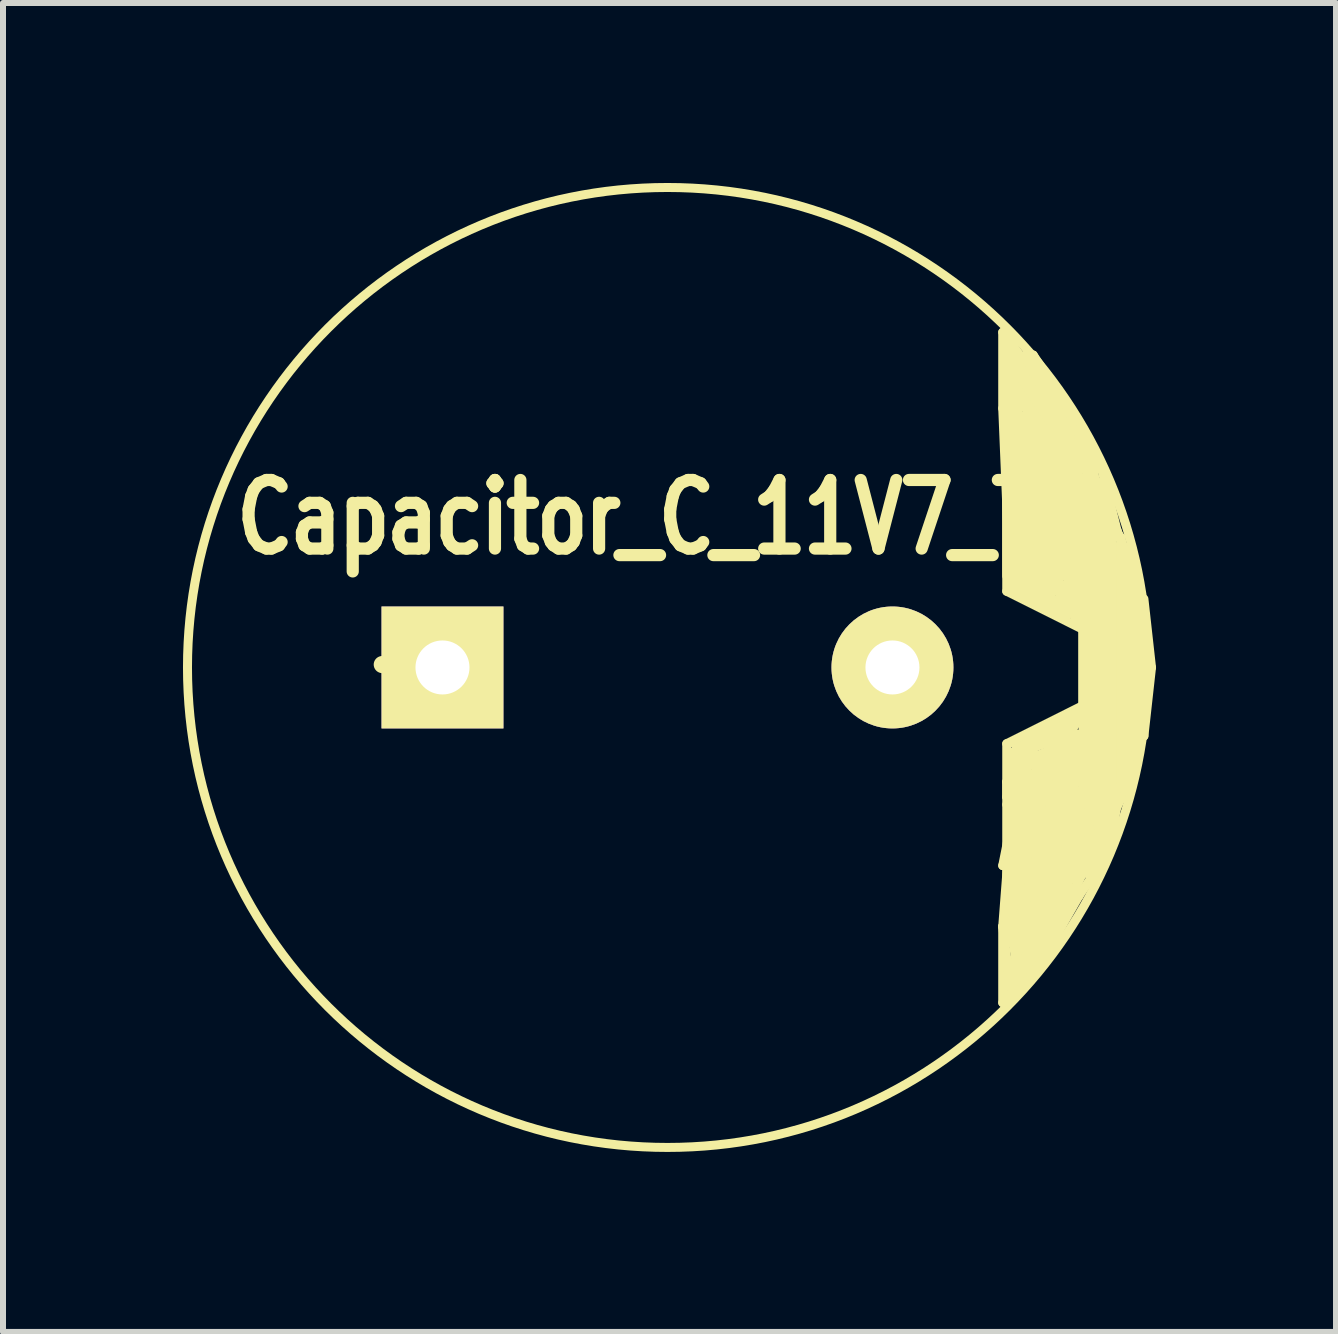
<source format=kicad_pcb>
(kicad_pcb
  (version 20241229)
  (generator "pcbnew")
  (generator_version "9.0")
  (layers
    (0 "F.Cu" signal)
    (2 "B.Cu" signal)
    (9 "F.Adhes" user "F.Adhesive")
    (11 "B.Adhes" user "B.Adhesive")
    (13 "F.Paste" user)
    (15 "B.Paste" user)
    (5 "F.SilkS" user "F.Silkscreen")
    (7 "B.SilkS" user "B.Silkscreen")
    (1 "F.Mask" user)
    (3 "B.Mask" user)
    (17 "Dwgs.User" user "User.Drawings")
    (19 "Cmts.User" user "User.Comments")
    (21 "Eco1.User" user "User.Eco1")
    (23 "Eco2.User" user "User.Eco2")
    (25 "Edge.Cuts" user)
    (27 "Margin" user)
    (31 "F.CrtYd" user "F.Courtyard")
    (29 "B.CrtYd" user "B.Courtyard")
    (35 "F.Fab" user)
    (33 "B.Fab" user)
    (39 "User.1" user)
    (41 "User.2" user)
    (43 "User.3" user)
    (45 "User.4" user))
  (footprint "Capacitor_C_11V7_TH"
    (layer "F.Cu")
    (at 8.075 8.075)
    (property "Reference" "Capacitor_C_11V7_TH" (at -0.06 -2.5 0) (layer "F.SilkS") (effects (font (size 1.143 0.889) (thickness 0.203))))
    (attr through_hole)
    (fp_line (start 5.588 -5.588) (end 6.35 -4.572) (stroke (width 0.15) (type solid)) (layer "F.SilkS"))
    (fp_line (start 5.588 -4.318) (end 5.588 -5.588) (stroke (width 0.15) (type solid)) (layer "F.SilkS"))
    (fp_line (start 5.588 3.302) (end 5.715 2.667) (stroke (width 0.15) (type solid)) (layer "F.SilkS"))
    (fp_line (start 5.588 4.318) (end 5.588 5.588) (stroke (width 0.15) (type solid)) (layer "F.SilkS"))
    (fp_line (start 5.588 4.318) (end 5.715 5.334) (stroke (width 0.15) (type solid)) (layer "F.SilkS"))
    (fp_line (start 5.588 5.588) (end 6.35 4.699) (stroke (width 0.15) (type solid)) (layer "F.SilkS"))
    (fp_line (start 5.655 -4.318) (end 5.655 -1.27) (stroke (width 0.15) (type solid)) (layer "F.SilkS"))
    (fp_line (start 5.655 -1.524) (end 5.655 -4.318) (stroke (width 0.15) (type solid)) (layer "F.SilkS"))
    (fp_line (start 5.655 -1.27) (end 6.925 -0.635) (stroke (width 0.15) (type solid)) (layer "F.SilkS"))
    (fp_line (start 5.655 1.27) (end 5.655 4.318) (stroke (width 0.15) (type solid)) (layer "F.SilkS"))
    (fp_line (start 5.655 1.905) (end 6.925 1.905) (stroke (width 0.15) (type solid)) (layer "F.SilkS"))
    (fp_line (start 5.655 2.159) (end 5.655 1.905) (stroke (width 0.15) (type solid)) (layer "F.SilkS"))
    (fp_line (start 5.655 2.286) (end 6.925 2.286) (stroke (width 0.15) (type solid)) (layer "F.SilkS"))
    (fp_line (start 5.715 -5.588) (end 5.715 -1.27) (stroke (width 0.15) (type solid)) (layer "F.SilkS"))
    (fp_line (start 5.715 -4.826) (end 6.096 -4.064) (stroke (width 0.15) (type solid)) (layer "F.SilkS"))
    (fp_line (start 5.715 -4.318) (end 6.604 -3.683) (stroke (width 0.15) (type solid)) (layer "F.SilkS"))
    (fp_line (start 5.715 -1.27) (end 5.588 -4.318) (stroke (width 0.15) (type solid)) (layer "F.SilkS"))
    (fp_line (start 5.715 2.667) (end 5.588 4.318) (stroke (width 0.15) (type solid)) (layer "F.SilkS"))
    (fp_line (start 5.715 4.318) (end 5.842 5.08) (stroke (width 0.15) (type solid)) (layer "F.SilkS"))
    (fp_line (start 5.715 4.445) (end 5.969 4.191) (stroke (width 0.15) (type solid)) (layer "F.SilkS"))
    (fp_line (start 5.715 4.572) (end 5.969 4.826) (stroke (width 0.15) (type solid)) (layer "F.SilkS"))
    (fp_line (start 5.715 5.207) (end 5.969 4.699) (stroke (width 0.15) (type solid)) (layer "F.SilkS"))
    (fp_line (start 5.715 5.334) (end 6.477 4.318) (stroke (width 0.15) (type solid)) (layer "F.SilkS"))
    (fp_line (start 5.749 -2.54) (end 5.749 -4.064) (stroke (width 0.3) (type solid)) (layer "F.SilkS"))
    (fp_line (start 5.749 -2.54) (end 6.765 -2.54) (stroke (width 0.3) (type solid)) (layer "F.SilkS"))
    (fp_line (start 5.749 2.54) (end 7.019 2.54) (stroke (width 0.3) (type solid)) (layer "F.SilkS"))
    (fp_line (start 5.749 3.937) (end 6.638 3.429) (stroke (width 0.3) (type solid)) (layer "F.SilkS"))
    (fp_line (start 5.749 4.064) (end 5.749 2.54) (stroke (width 0.3) (type solid)) (layer "F.SilkS"))
    (fp_line (start 5.782 -2.413) (end 7.052 -2.413) (stroke (width 0.15) (type solid)) (layer "F.SilkS"))
    (fp_line (start 5.782 -2.286) (end 7.433 -2.286) (stroke (width 0.15) (type solid)) (layer "F.SilkS"))
    (fp_line (start 5.782 -2.159) (end 5.782 -1.905) (stroke (width 0.15) (type solid)) (layer "F.SilkS"))
    (fp_line (start 5.782 -2.032) (end 7.433 -2.032) (stroke (width 0.15) (type solid)) (layer "F.SilkS"))
    (fp_line (start 5.782 -1.905) (end 5.782 -2.032) (stroke (width 0.15) (type solid)) (layer "F.SilkS"))
    (fp_line (start 5.782 -1.905) (end 5.909 -1.778) (stroke (width 0.15) (type solid)) (layer "F.SilkS"))
    (fp_line (start 5.782 -1.778) (end 5.782 -2.286) (stroke (width 0.15) (type solid)) (layer "F.SilkS"))
    (fp_line (start 5.782 -1.651) (end 5.782 -1.524) (stroke (width 0.15) (type solid)) (layer "F.SilkS"))
    (fp_line (start 5.782 -1.524) (end 5.909 -1.778) (stroke (width 0.15) (type solid)) (layer "F.SilkS"))
    (fp_line (start 5.782 -1.524) (end 7.687 -1.524) (stroke (width 0.15) (type solid)) (layer "F.SilkS"))
    (fp_line (start 5.782 -1.397) (end 5.782 -1.524) (stroke (width 0.15) (type solid)) (layer "F.SilkS"))
    (fp_line (start 5.782 -1.397) (end 5.909 -1.651) (stroke (width 0.15) (type solid)) (layer "F.SilkS"))
    (fp_line (start 5.782 -1.397) (end 5.909 -1.524) (stroke (width 0.15) (type solid)) (layer "F.SilkS"))
    (fp_line (start 5.782 -1.27) (end 6.29 -2.921) (stroke (width 0.15) (type solid)) (layer "F.SilkS"))
    (fp_line (start 5.782 1.27) (end 6.798 0.762) (stroke (width 0.15) (type solid)) (layer "F.SilkS"))
    (fp_line (start 5.782 1.397) (end 5.909 1.27) (stroke (width 0.15) (type solid)) (layer "F.SilkS"))
    (fp_line (start 5.782 1.778) (end 5.909 1.397) (stroke (width 0.15) (type solid)) (layer "F.SilkS"))
    (fp_line (start 5.782 1.778) (end 7.052 1.778) (stroke (width 0.15) (type solid)) (layer "F.SilkS"))
    (fp_line (start 5.782 2.032) (end 6.798 2.032) (stroke (width 0.15) (type solid)) (layer "F.SilkS"))
    (fp_line (start 5.782 2.413) (end 5.782 1.397) (stroke (width 0.15) (type solid)) (layer "F.SilkS"))
    (fp_line (start 5.842 -5.207) (end 5.842 -3.937) (stroke (width 0.15) (type solid)) (layer "F.SilkS"))
    (fp_line (start 5.842 -5.08) (end 6.477 -3.683) (stroke (width 0.15) (type solid)) (layer "F.SilkS"))
    (fp_line (start 5.842 -3.937) (end 7.493 -0.254) (stroke (width 0.15) (type solid)) (layer "F.SilkS"))
    (fp_line (start 5.842 4.572) (end 6.096 4.572) (stroke (width 0.15) (type solid)) (layer "F.SilkS"))
    (fp_line (start 5.842 4.699) (end 5.715 5.207) (stroke (width 0.15) (type solid)) (layer "F.SilkS"))
    (fp_line (start 5.842 5.08) (end 6.731 3.683) (stroke (width 0.15) (type solid)) (layer "F.SilkS"))
    (fp_line (start 5.909 -1.778) (end 6.036 -1.397) (stroke (width 0.15) (type solid)) (layer "F.SilkS"))
    (fp_line (start 5.909 -1.778) (end 7.687 -1.778) (stroke (width 0.15) (type solid)) (layer "F.SilkS"))
    (fp_line (start 5.909 -1.651) (end 5.909 -1.397) (stroke (width 0.15) (type solid)) (layer "F.SilkS"))
    (fp_line (start 5.909 -1.524) (end 6.29 -1.524) (stroke (width 0.15) (type solid)) (layer "F.SilkS"))
    (fp_line (start 5.909 -1.397) (end 5.909 -1.27) (stroke (width 0.15) (type solid)) (layer "F.SilkS"))
    (fp_line (start 5.909 -1.397) (end 6.163 -1.27) (stroke (width 0.15) (type solid)) (layer "F.SilkS"))
    (fp_line (start 5.909 -1.27) (end 5.782 -1.397) (stroke (width 0.15) (type solid)) (layer "F.SilkS"))
    (fp_line (start 5.909 1.27) (end 6.163 1.143) (stroke (width 0.15) (type solid)) (layer "F.SilkS"))
    (fp_line (start 5.909 1.397) (end 6.29 1.27) (stroke (width 0.15) (type solid)) (layer "F.SilkS"))
    (fp_line (start 5.909 1.905) (end 6.925 1.143) (stroke (width 0.15) (type solid)) (layer "F.SilkS"))
    (fp_line (start 5.909 4.064) (end 7.687 1.524) (stroke (width 0.15) (type solid)) (layer "F.SilkS"))
    (fp_line (start 5.969 -5.207) (end 6.731 -3.302) (stroke (width 0.15) (type solid)) (layer "F.SilkS"))
    (fp_line (start 5.969 4.191) (end 5.715 4.318) (stroke (width 0.15) (type solid)) (layer "F.SilkS"))
    (fp_line (start 5.969 4.699) (end 6.604 3.048) (stroke (width 0.15) (type solid)) (layer "F.SilkS"))
    (fp_line (start 5.969 4.826) (end 6.35 4.064) (stroke (width 0.15) (type solid)) (layer "F.SilkS"))
    (fp_line (start 6.003 -2.54) (end 6.003 -3.937) (stroke (width 0.3) (type solid)) (layer "F.SilkS"))
    (fp_line (start 6.003 2.54) (end 6.003 3.81) (stroke (width 0.3) (type solid)) (layer "F.SilkS"))
    (fp_line (start 6.036 -1.524) (end 6.29 -1.143) (stroke (width 0.15) (type solid)) (layer "F.SilkS"))
    (fp_line (start 6.036 -1.397) (end 5.782 -1.27) (stroke (width 0.15) (type solid)) (layer "F.SilkS"))
    (fp_line (start 6.036 1.524) (end 5.909 1.905) (stroke (width 0.15) (type solid)) (layer "F.SilkS"))
    (fp_line (start 6.096 -5.207) (end 6.985 -3.302) (stroke (width 0.15) (type solid)) (layer "F.SilkS"))
    (fp_line (start 6.096 -4.064) (end 5.842 -5.207) (stroke (width 0.15) (type solid)) (layer "F.SilkS"))
    (fp_line (start 6.096 3.048) (end 5.588 3.302) (stroke (width 0.15) (type solid)) (layer "F.SilkS"))
    (fp_line (start 6.096 4.572) (end 5.842 4.699) (stroke (width 0.15) (type solid)) (layer "F.SilkS"))
    (fp_line (start 6.163 -1.651) (end 6.417 -1.27) (stroke (width 0.15) (type solid)) (layer "F.SilkS"))
    (fp_line (start 6.163 -1.397) (end 6.036 -1.524) (stroke (width 0.15) (type solid)) (layer "F.SilkS"))
    (fp_line (start 6.163 -1.27) (end 5.909 -1.397) (stroke (width 0.15) (type solid)) (layer "F.SilkS"))
    (fp_line (start 6.163 -1.27) (end 6.29 -1.27) (stroke (width 0.15) (type solid)) (layer "F.SilkS"))
    (fp_line (start 6.163 -1.143) (end 5.782 -1.397) (stroke (width 0.15) (type solid)) (layer "F.SilkS"))
    (fp_line (start 6.163 1.143) (end 6.544 1.143) (stroke (width 0.15) (type solid)) (layer "F.SilkS"))
    (fp_line (start 6.257 -2.54) (end 6.257 -3.683) (stroke (width 0.3) (type solid)) (layer "F.SilkS"))
    (fp_line (start 6.257 2.54) (end 6.257 3.683) (stroke (width 0.3) (type solid)) (layer "F.SilkS"))
    (fp_line (start 6.29 -2.921) (end 7.179 -2.667) (stroke (width 0.15) (type solid)) (layer "F.SilkS"))
    (fp_line (start 6.29 -1.524) (end 6.163 -1.27) (stroke (width 0.15) (type solid)) (layer "F.SilkS"))
    (fp_line (start 6.29 -1.397) (end 6.163 -1.651) (stroke (width 0.15) (type solid)) (layer "F.SilkS"))
    (fp_line (start 6.29 -1.27) (end 6.29 -1.143) (stroke (width 0.15) (type solid)) (layer "F.SilkS"))
    (fp_line (start 6.29 -1.143) (end 6.163 -1.397) (stroke (width 0.15) (type solid)) (layer "F.SilkS"))
    (fp_line (start 6.29 -1.143) (end 6.544 -0.889) (stroke (width 0.15) (type solid)) (layer "F.SilkS"))
    (fp_line (start 6.29 -1.016) (end 5.782 -1.397) (stroke (width 0.15) (type solid)) (layer "F.SilkS"))
    (fp_line (start 6.29 1.016) (end 5.782 1.778) (stroke (width 0.15) (type solid)) (layer "F.SilkS"))
    (fp_line (start 6.29 1.27) (end 6.671 1.143) (stroke (width 0.15) (type solid)) (layer "F.SilkS"))
    (fp_line (start 6.29 1.524) (end 5.782 1.27) (stroke (width 0.15) (type solid)) (layer "F.SilkS"))
    (fp_line (start 6.29 1.651) (end 6.925 1.651) (stroke (width 0.15) (type solid)) (layer "F.SilkS"))
    (fp_line (start 6.35 -4.572) (end 7.239 -3.302) (stroke (width 0.15) (type solid)) (layer "F.SilkS"))
    (fp_line (start 6.35 4.064) (end 6.35 4.191) (stroke (width 0.15) (type solid)) (layer "F.SilkS"))
    (fp_line (start 6.35 4.191) (end 5.842 4.572) (stroke (width 0.15) (type solid)) (layer "F.SilkS"))
    (fp_line (start 6.35 4.699) (end 6.858 3.81) (stroke (width 0.15) (type solid)) (layer "F.SilkS"))
    (fp_line (start 6.417 -1.524) (end 6.544 -1.397) (stroke (width 0.15) (type solid)) (layer "F.SilkS"))
    (fp_line (start 6.417 -1.27) (end 6.29 -1.016) (stroke (width 0.15) (type solid)) (layer "F.SilkS"))
    (fp_line (start 6.417 1.016) (end 6.29 1.016) (stroke (width 0.15) (type solid)) (layer "F.SilkS"))
    (fp_line (start 6.477 -3.683) (end 5.715 -4.826) (stroke (width 0.15) (type solid)) (layer "F.SilkS"))
    (fp_line (start 6.477 3.683) (end 5.588 4.318) (stroke (width 0.15) (type solid)) (layer "F.SilkS"))
    (fp_line (start 6.477 4.318) (end 6.985 3.302) (stroke (width 0.15) (type solid)) (layer "F.SilkS"))
    (fp_line (start 6.511 -2.54) (end 6.511 -3.556) (stroke (width 0.3) (type solid)) (layer "F.SilkS"))
    (fp_line (start 6.511 -2.54) (end 7.146 -2.54) (stroke (width 0.3) (type solid)) (layer "F.SilkS"))
    (fp_line (start 6.511 2.54) (end 6.511 3.429) (stroke (width 0.3) (type solid)) (layer "F.SilkS"))
    (fp_line (start 6.544 -1.397) (end 6.544 -0.889) (stroke (width 0.15) (type solid)) (layer "F.SilkS"))
    (fp_line (start 6.544 -0.889) (end 6.163 -1.143) (stroke (width 0.15) (type solid)) (layer "F.SilkS"))
    (fp_line (start 6.544 -0.889) (end 6.29 -1.397) (stroke (width 0.15) (type solid)) (layer "F.SilkS"))
    (fp_line (start 6.544 1.016) (end 6.925 1.143) (stroke (width 0.15) (type solid)) (layer "F.SilkS"))
    (fp_line (start 6.544 1.143) (end 6.671 1.016) (stroke (width 0.15) (type solid)) (layer "F.SilkS"))
    (fp_line (start 6.544 1.651) (end 6.798 1.651) (stroke (width 0.15) (type solid)) (layer "F.SilkS"))
    (fp_line (start 6.604 -4.445) (end 6.096 -5.207) (stroke (width 0.15) (type solid)) (layer "F.SilkS"))
    (fp_line (start 6.604 -3.937) (end 6.858 -3.429) (stroke (width 0.15) (type solid)) (layer "F.SilkS"))
    (fp_line (start 6.604 -3.683) (end 5.842 -5.08) (stroke (width 0.15) (type solid)) (layer "F.SilkS"))
    (fp_line (start 6.638 3.429) (end 7.273 2.54) (stroke (width 0.3) (type solid)) (layer "F.SilkS"))
    (fp_line (start 6.671 -1.524) (end 6.671 -0.889) (stroke (width 0.15) (type solid)) (layer "F.SilkS"))
    (fp_line (start 6.671 -0.889) (end 6.417 -1.524) (stroke (width 0.15) (type solid)) (layer "F.SilkS"))
    (fp_line (start 6.671 1.016) (end 6.417 1.016) (stroke (width 0.15) (type solid)) (layer "F.SilkS"))
    (fp_line (start 6.671 1.143) (end 6.925 0.762) (stroke (width 0.15) (type solid)) (layer "F.SilkS"))
    (fp_line (start 6.671 1.27) (end 6.29 1.651) (stroke (width 0.15) (type solid)) (layer "F.SilkS"))
    (fp_line (start 6.671 3.048) (end 7.56 2.159) (stroke (width 0.15) (type solid)) (layer "F.SilkS"))
    (fp_line (start 6.731 -3.429) (end 6.604 -3.937) (stroke (width 0.15) (type solid)) (layer "F.SilkS"))
    (fp_line (start 6.731 -3.302) (end 5.715 -4.318) (stroke (width 0.15) (type solid)) (layer "F.SilkS"))
    (fp_line (start 6.731 3.683) (end 5.715 4.572) (stroke (width 0.15) (type solid)) (layer "F.SilkS"))
    (fp_line (start 6.765 -2.54) (end 6.765 -3.302) (stroke (width 0.3) (type solid)) (layer "F.SilkS"))
    (fp_line (start 6.765 2.54) (end 6.765 3.302) (stroke (width 0.3) (type solid)) (layer "F.SilkS"))
    (fp_line (start 6.798 -1.524) (end 6.798 -0.762) (stroke (width 0.15) (type solid)) (layer "F.SilkS"))
    (fp_line (start 6.798 -0.762) (end 6.671 -1.524) (stroke (width 0.15) (type solid)) (layer "F.SilkS"))
    (fp_line (start 6.798 0.762) (end 5.909 4.064) (stroke (width 0.15) (type solid)) (layer "F.SilkS"))
    (fp_line (start 6.798 1.27) (end 6.544 1.651) (stroke (width 0.15) (type solid)) (layer "F.SilkS"))
    (fp_line (start 6.798 1.524) (end 6.29 1.524) (stroke (width 0.15) (type solid)) (layer "F.SilkS"))
    (fp_line (start 6.798 1.651) (end 6.798 1.524) (stroke (width 0.15) (type solid)) (layer "F.SilkS"))
    (fp_line (start 6.798 2.032) (end 6.798 2.413) (stroke (width 0.15) (type solid)) (layer "F.SilkS"))
    (fp_line (start 6.798 2.413) (end 5.782 2.413) (stroke (width 0.15) (type solid)) (layer "F.SilkS"))
    (fp_line (start 6.858 -3.81) (end 7.112 -2.667) (stroke (width 0.15) (type solid)) (layer "F.SilkS"))
    (fp_line (start 6.858 -3.429) (end 5.969 -5.207) (stroke (width 0.15) (type solid)) (layer "F.SilkS"))
    (fp_line (start 6.858 3.81) (end 7.366 3.048) (stroke (width 0.15) (type solid)) (layer "F.SilkS"))
    (fp_line (start 6.892 -3.048) (end 6.13 -3.81) (stroke (width 0.3) (type solid)) (layer "F.SilkS"))
    (fp_line (start 6.925 -2.286) (end 6.925 2.54) (stroke (width 0.15) (type solid)) (layer "F.SilkS"))
    (fp_line (start 6.925 -0.635) (end 6.925 0.635) (stroke (width 0.15) (type solid)) (layer "F.SilkS"))
    (fp_line (start 6.925 0.635) (end 5.655 1.27) (stroke (width 0.15) (type solid)) (layer "F.SilkS"))
    (fp_line (start 6.925 0.762) (end 6.544 1.016) (stroke (width 0.15) (type solid)) (layer "F.SilkS"))
    (fp_line (start 6.925 1.143) (end 5.782 1.778) (stroke (width 0.15) (type solid)) (layer "F.SilkS"))
    (fp_line (start 6.925 1.143) (end 6.036 1.524) (stroke (width 0.15) (type solid)) (layer "F.SilkS"))
    (fp_line (start 6.925 1.651) (end 6.798 1.27) (stroke (width 0.15) (type solid)) (layer "F.SilkS"))
    (fp_line (start 6.925 1.905) (end 6.925 2.159) (stroke (width 0.15) (type solid)) (layer "F.SilkS"))
    (fp_line (start 6.925 2.159) (end 5.655 2.159) (stroke (width 0.15) (type solid)) (layer "F.SilkS"))
    (fp_line (start 6.925 2.159) (end 5.782 2.032) (stroke (width 0.15) (type solid)) (layer "F.SilkS"))
    (fp_line (start 6.925 2.286) (end 6.925 2.159) (stroke (width 0.15) (type solid)) (layer "F.SilkS"))
    (fp_line (start 6.925 2.54) (end 7.179 2.54) (stroke (width 0.15) (type solid)) (layer "F.SilkS"))
    (fp_line (start 6.985 -3.302) (end 6.731 -3.429) (stroke (width 0.15) (type solid)) (layer "F.SilkS"))
    (fp_line (start 6.985 3.302) (end 5.715 4.445) (stroke (width 0.15) (type solid)) (layer "F.SilkS"))
    (fp_line (start 6.985 3.429) (end 7.366 2.794) (stroke (width 0.15) (type solid)) (layer "F.SilkS"))
    (fp_line (start 7.052 -2.413) (end 7.687 -1.524) (stroke (width 0.15) (type solid)) (layer "F.SilkS"))
    (fp_line (start 7.052 -1.651) (end 7.052 2.794) (stroke (width 0.15) (type solid)) (layer "F.SilkS"))
    (fp_line (start 7.052 1.778) (end 6.671 1.27) (stroke (width 0.15) (type solid)) (layer "F.SilkS"))
    (fp_line (start 7.052 2.794) (end 7.433 -1.524) (stroke (width 0.15) (type solid)) (layer "F.SilkS"))
    (fp_line (start 7.112 -3.302) (end 6.604 -4.445) (stroke (width 0.15) (type solid)) (layer "F.SilkS"))
    (fp_line (start 7.112 -2.667) (end 7.112 -3.302) (stroke (width 0.15) (type solid)) (layer "F.SilkS"))
    (fp_line (start 7.179 -2.667) (end 7.56 -2.159) (stroke (width 0.15) (type solid)) (layer "F.SilkS"))
    (fp_line (start 7.179 -2.54) (end 6.925 -2.286) (stroke (width 0.15) (type solid)) (layer "F.SilkS"))
    (fp_line (start 7.179 -1.651) (end 7.179 2.667) (stroke (width 0.15) (type solid)) (layer "F.SilkS"))
    (fp_line (start 7.179 2.667) (end 7.052 -1.651) (stroke (width 0.15) (type solid)) (layer "F.SilkS"))
    (fp_line (start 7.239 -3.302) (end 7.493 -2.286) (stroke (width 0.15) (type solid)) (layer "F.SilkS"))
    (fp_line (start 7.273 -2.413) (end 6.892 -3.048) (stroke (width 0.3) (type solid)) (layer "F.SilkS"))
    (fp_line (start 7.306 -1.651) (end 7.306 2.54) (stroke (width 0.15) (type solid)) (layer "F.SilkS"))
    (fp_line (start 7.306 2.54) (end 7.179 -1.651) (stroke (width 0.15) (type solid)) (layer "F.SilkS"))
    (fp_line (start 7.366 2.794) (end 6.477 3.683) (stroke (width 0.15) (type solid)) (layer "F.SilkS"))
    (fp_line (start 7.366 3.048) (end 7.493 2.286) (stroke (width 0.15) (type solid)) (layer "F.SilkS"))
    (fp_line (start 7.433 -2.286) (end 7.433 -2.159) (stroke (width 0.15) (type solid)) (layer "F.SilkS"))
    (fp_line (start 7.433 -2.159) (end 5.782 -2.159) (stroke (width 0.15) (type solid)) (layer "F.SilkS"))
    (fp_line (start 7.433 -2.032) (end 7.433 -1.905) (stroke (width 0.15) (type solid)) (layer "F.SilkS"))
    (fp_line (start 7.433 -1.905) (end 5.782 -1.905) (stroke (width 0.15) (type solid)) (layer "F.SilkS"))
    (fp_line (start 7.433 -1.524) (end 7.56 -0.635) (stroke (width 0.15) (type solid)) (layer "F.SilkS"))
    (fp_line (start 7.433 -1.27) (end 7.433 2.032) (stroke (width 0.15) (type solid)) (layer "F.SilkS"))
    (fp_line (start 7.433 1.905) (end 7.052 2.413) (stroke (width 0.15) (type solid)) (layer "F.SilkS"))
    (fp_line (start 7.433 2.032) (end 7.306 -1.651) (stroke (width 0.15) (type solid)) (layer "F.SilkS"))
    (fp_line (start 7.493 -2.286) (end 7.747 -1.651) (stroke (width 0.15) (type solid)) (layer "F.SilkS"))
    (fp_line (start 7.493 -0.254) (end 6.096 3.048) (stroke (width 0.15) (type solid)) (layer "F.SilkS"))
    (fp_line (start 7.493 2.286) (end 7.747 1.778) (stroke (width 0.15) (type solid)) (layer "F.SilkS"))
    (fp_line (start 7.56 -2.159) (end 7.433 1.905) (stroke (width 0.15) (type solid)) (layer "F.SilkS"))
    (fp_line (start 7.56 -2.159) (end 7.56 -1.905) (stroke (width 0.15) (type solid)) (layer "F.SilkS"))
    (fp_line (start 7.56 -1.905) (end 7.687 -1.778) (stroke (width 0.15) (type solid)) (layer "F.SilkS"))
    (fp_line (start 7.56 -1.778) (end 7.56 -1.905) (stroke (width 0.15) (type solid)) (layer "F.SilkS"))
    (fp_line (start 7.56 -1.524) (end 7.433 -1.27) (stroke (width 0.15) (type solid)) (layer "F.SilkS"))
    (fp_line (start 7.56 1.905) (end 6.798 -1.524) (stroke (width 0.15) (type solid)) (layer "F.SilkS"))
    (fp_line (start 7.56 2.159) (end 7.56 -1.524) (stroke (width 0.15) (type solid)) (layer "F.SilkS"))
    (fp_line (start 7.687 -1.778) (end 7.56 -1.778) (stroke (width 0.15) (type solid)) (layer "F.SilkS"))
    (fp_line (start 7.687 -1.778) (end 7.687 -1.651) (stroke (width 0.15) (type solid)) (layer "F.SilkS"))
    (fp_line (start 7.687 -1.651) (end 5.782 -1.651) (stroke (width 0.15) (type solid)) (layer "F.SilkS"))
    (fp_line (start 7.687 -1.651) (end 7.814 1.651) (stroke (width 0.15) (type solid)) (layer "F.SilkS"))
    (fp_line (start 7.687 -1.524) (end 7.814 -1.524) (stroke (width 0.15) (type solid)) (layer "F.SilkS"))
    (fp_line (start 7.687 1.524) (end 7.56 1.905) (stroke (width 0.15) (type solid)) (layer "F.SilkS"))
    (fp_line (start 7.687 1.651) (end 7.687 -1.651) (stroke (width 0.15) (type solid)) (layer "F.SilkS"))
    (fp_line (start 7.747 -1.651) (end 6.858 -3.81) (stroke (width 0.15) (type solid)) (layer "F.SilkS"))
    (fp_line (start 7.747 1.778) (end 6.985 3.429) (stroke (width 0.15) (type solid)) (layer "F.SilkS"))
    (fp_line (start 7.814 -1.524) (end 7.941 1.143) (stroke (width 0.15) (type solid)) (layer "F.SilkS"))
    (fp_line (start 7.814 1.397) (end 7.814 -1.524) (stroke (width 0.15) (type solid)) (layer "F.SilkS"))
    (fp_line (start 7.814 1.651) (end 6.671 3.048) (stroke (width 0.15) (type solid)) (layer "F.SilkS"))
    (fp_line (start 7.941 -0.381) (end 7.941 0.127) (stroke (width 0.15) (type solid)) (layer "F.SilkS"))
    (fp_line (start 7.941 0.127) (end 7.814 1.397) (stroke (width 0.15) (type solid)) (layer "F.SilkS"))
    (fp_line (start 7.941 1.143) (end 8.068 0) (stroke (width 0.15) (type solid)) (layer "F.SilkS"))
    (fp_line (start 8.068 0) (end 7.941 -1.143) (stroke (width 0.15) (type solid)) (layer "F.SilkS"))
    (fp_circle (center 0 0) (end 8 0) (stroke (width 0.15) (type solid)) (fill no) (layer "F.SilkS"))
    (fp_text user "+" (at -4.318 -0.127 0) (layer "F.SilkS") (effects (font (size 1.143 1.143) (thickness 0.287))))
    (pad "1" thru_hole rect (at -3.75 0) (size 2.032 2.032) (drill 0.9) (layers "*.Cu" "*.Mask" "F.SilkS"))
    (pad "2" thru_hole circle (at 3.75 0) (size 2.032 2.032) (drill 0.9) (layers "*.Cu" "*.Mask" "F.SilkS")))
  (gr_rect
    (start -3 -3)
    (end 19.218 19.15)
    (stroke (width 0.1) (type default))
    (fill no)
    (layer "Edge.Cuts")))
</source>
